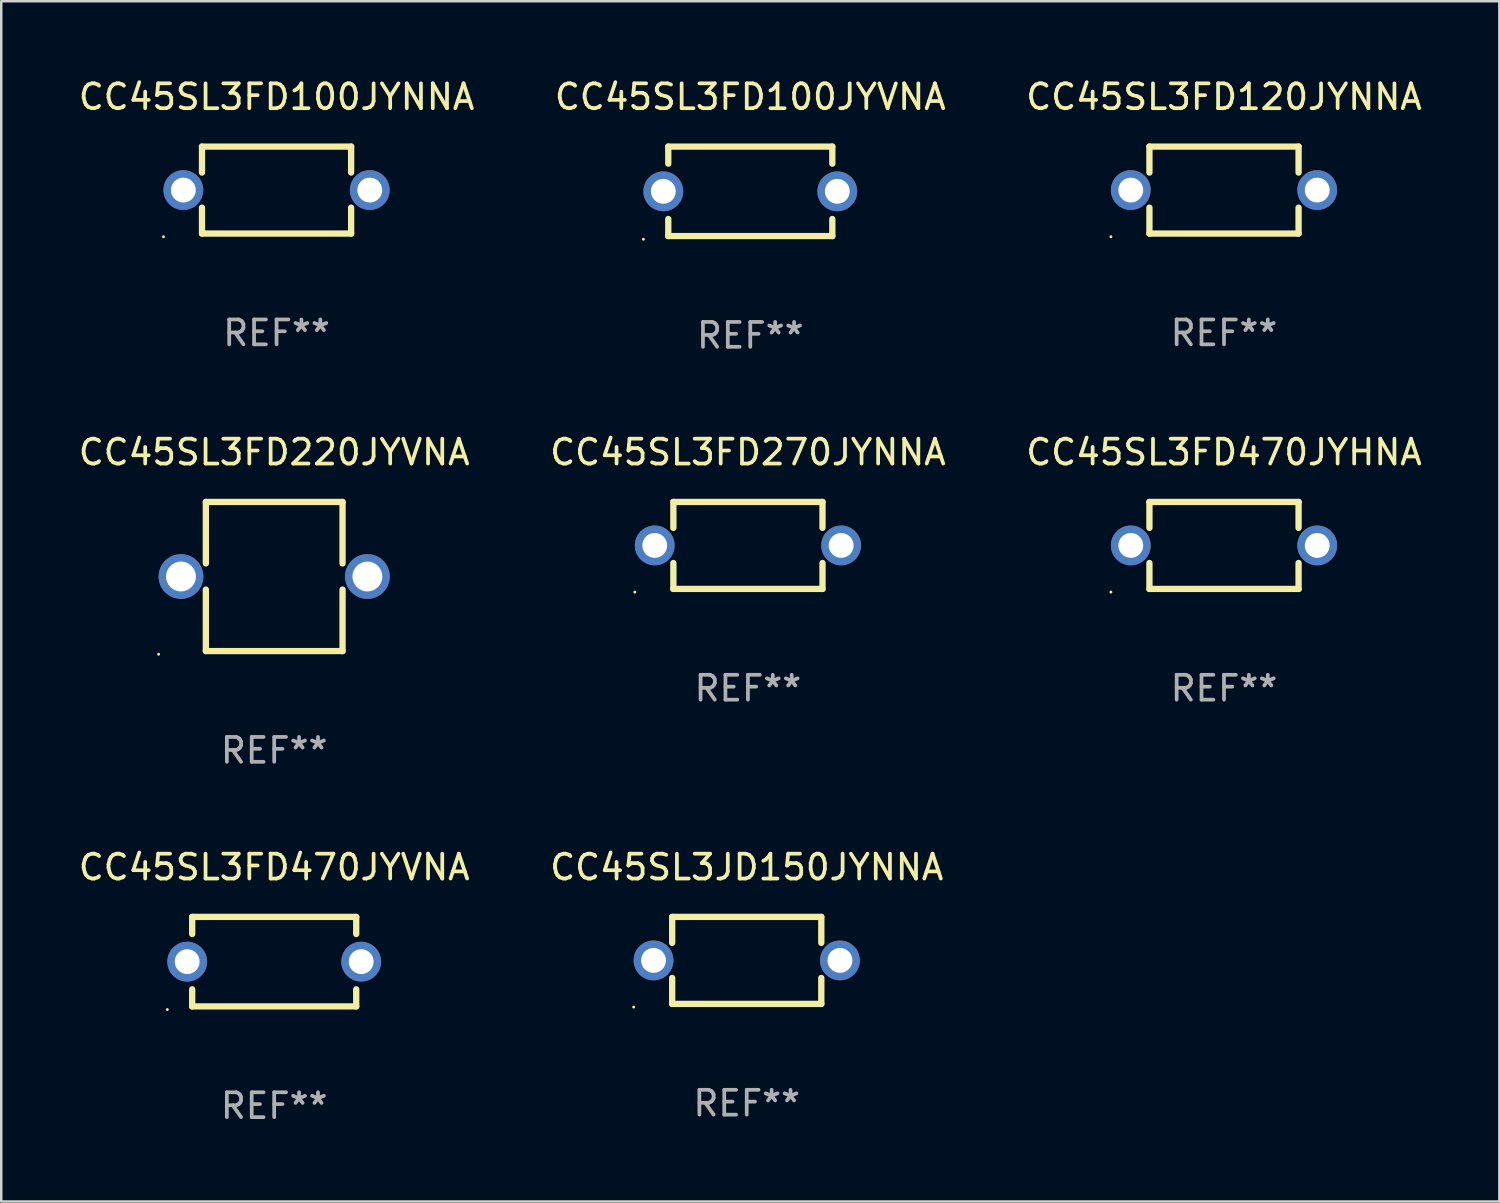
<source format=kicad_pcb>
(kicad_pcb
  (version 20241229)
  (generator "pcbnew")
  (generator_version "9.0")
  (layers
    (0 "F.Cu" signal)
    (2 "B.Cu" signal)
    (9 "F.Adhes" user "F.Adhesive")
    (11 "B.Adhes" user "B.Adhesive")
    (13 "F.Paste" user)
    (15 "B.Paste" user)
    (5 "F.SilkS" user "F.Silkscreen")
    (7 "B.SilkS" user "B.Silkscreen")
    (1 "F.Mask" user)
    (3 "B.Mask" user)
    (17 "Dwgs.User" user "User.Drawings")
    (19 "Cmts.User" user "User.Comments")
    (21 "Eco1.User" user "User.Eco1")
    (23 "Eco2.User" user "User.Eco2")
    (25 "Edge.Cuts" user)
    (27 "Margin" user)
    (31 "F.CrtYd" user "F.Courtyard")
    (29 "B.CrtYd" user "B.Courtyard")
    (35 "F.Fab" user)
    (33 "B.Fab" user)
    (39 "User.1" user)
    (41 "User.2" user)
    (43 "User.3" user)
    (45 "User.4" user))
  (footprint "CC45SL3FD470JYVNA"
    (layer "F.Cu")
    (at 7.982 35.641)
    (property "Reference" "CC45SL3FD470JYVNA" (at 0 -3.8 0) (layer "F.SilkS") (effects (font (size 1 1) (thickness 0.15))))
    (attr through_hole)
    (fp_line (start -3.3 -1.8) (end -3.3 -1.113) (stroke (width 0.254) (type solid)) (layer "F.SilkS"))
    (fp_line (start -3.3 -1.8) (end 3.3 -1.8) (stroke (width 0.254) (type solid)) (layer "F.SilkS"))
    (fp_line (start -3.3 1.113) (end -3.3 1.8) (stroke (width 0.254) (type solid)) (layer "F.SilkS"))
    (fp_line (start 3.3 1.8) (end -3.3 1.8) (stroke (width 0.254) (type solid)) (layer "F.SilkS"))
    (fp_line (start 3.3 -1.8) (end 3.3 -1.113) (stroke (width 0.254) (type solid)) (layer "F.SilkS"))
    (fp_line (start 3.3 1.113) (end 3.3 1.8) (stroke (width 0.254) (type solid)) (layer "F.SilkS"))
    (fp_circle (center -4.3 1.927) (end -4.27 1.927) (stroke (width 0.06) (type solid)) (fill no) (layer "F.SilkS"))
    (fp_text user "REF**" (at 0 5.8 0) (layer "F.Fab") (effects (font (size 1 1) (thickness 0.15))))
    (pad "1" thru_hole circle (at -3.5 0) (size 1.6 1.6) (drill 1) (layers "*.Cu" "*.Mask"))
    (pad "2" thru_hole circle (at 3.5 0) (size 1.6 1.6) (drill 1) (layers "*.Cu" "*.Mask")))
  (footprint "CC45SL3JD150JYNNA"
    (layer "F.Cu")
    (at 26.994 35.591)
    (property "Reference" "CC45SL3JD150JYNNA" (at 0 -3.75 0) (layer "F.SilkS") (effects (font (size 1 1) (thickness 0.15))))
    (attr through_hole)
    (fp_line (start -3 -1.75) (end -3 -0.706) (stroke (width 0.254) (type solid)) (layer "F.SilkS"))
    (fp_line (start -3 -1.75) (end 3 -1.75) (stroke (width 0.254) (type solid)) (layer "F.SilkS"))
    (fp_line (start -3 0.706) (end -3 1.75) (stroke (width 0.254) (type solid)) (layer "F.SilkS"))
    (fp_line (start 3 -1.75) (end 3 -0.706) (stroke (width 0.254) (type solid)) (layer "F.SilkS"))
    (fp_line (start 3 0.706) (end 3 1.75) (stroke (width 0.254) (type solid)) (layer "F.SilkS"))
    (fp_line (start 3 1.75) (end -3 1.75) (stroke (width 0.254) (type solid)) (layer "F.SilkS"))
    (fp_circle (center -4.55 1.877) (end -4.52 1.877) (stroke (width 0.06) (type solid)) (fill no) (layer "F.SilkS"))
    (fp_text user "REF**" (at 0 5.75 0) (layer "F.Fab") (effects (font (size 1 1) (thickness 0.15))))
    (pad "1" thru_hole circle (at -3.75 -0.000025) (size 1.6 1.6) (drill 1) (layers "*.Cu" "*.Mask"))
    (pad "2" thru_hole circle (at 3.75 -0.000025) (size 1.6 1.6) (drill 1) (layers "*.Cu" "*.Mask")))
  (footprint "CC45SL3FD220JYVNA"
    (layer "F.Cu")
    (at 7.982 20.145)
    (property "Reference" "CC45SL3FD220JYVNA" (at 0 -5 0) (layer "F.SilkS") (effects (font (size 1 1) (thickness 0.15))))
    (attr through_hole)
    (fp_line (start -2.75 -3) (end -2.75 -0.526) (stroke (width 0.254) (type solid)) (layer "F.SilkS"))
    (fp_line (start -2.75 -3) (end 2.75 -3) (stroke (width 0.254) (type solid)) (layer "F.SilkS"))
    (fp_line (start -2.75 0.526) (end -2.75 3) (stroke (width 0.254) (type solid)) (layer "F.SilkS"))
    (fp_line (start 2.75 -3) (end 2.75 -0.526) (stroke (width 0.254) (type solid)) (layer "F.SilkS"))
    (fp_line (start 2.75 0.526) (end 2.75 3) (stroke (width 0.254) (type solid)) (layer "F.SilkS"))
    (fp_line (start 2.75 3) (end -2.75 3) (stroke (width 0.254) (type solid)) (layer "F.SilkS"))
    (fp_circle (center -4.65 3.127) (end -4.62 3.127) (stroke (width 0.06) (type solid)) (fill no) (layer "F.SilkS"))
    (fp_text user "REF**" (at 0 7 0) (layer "F.Fab") (effects (font (size 1 1) (thickness 0.15))))
    (pad "1" thru_hole circle (at -3.75 0) (size 1.8 1.8) (drill 1.2) (layers "*.Cu" "*.Mask"))
    (pad "2" thru_hole circle (at 3.75 0) (size 1.8 1.8) (drill 1.2) (layers "*.Cu" "*.Mask")))
  (footprint "CC45SL3FD120JYNNA"
    (layer "F.Cu")
    (at 46.196 4.598)
    (property "Reference" "CC45SL3FD120JYNNA" (at 0 -3.75 0) (layer "F.SilkS") (effects (font (size 1 1) (thickness 0.15))))
    (attr through_hole)
    (fp_line (start -3 -1.75) (end -3 -0.706) (stroke (width 0.254) (type solid)) (layer "F.SilkS"))
    (fp_line (start -3 -1.75) (end 3 -1.75) (stroke (width 0.254) (type solid)) (layer "F.SilkS"))
    (fp_line (start -3 0.706) (end -3 1.75) (stroke (width 0.254) (type solid)) (layer "F.SilkS"))
    (fp_line (start 3 -1.75) (end 3 -0.706) (stroke (width 0.254) (type solid)) (layer "F.SilkS"))
    (fp_line (start 3 0.706) (end 3 1.75) (stroke (width 0.254) (type solid)) (layer "F.SilkS"))
    (fp_line (start 3 1.75) (end -3 1.75) (stroke (width 0.254) (type solid)) (layer "F.SilkS"))
    (fp_circle (center -4.55 1.877) (end -4.52 1.877) (stroke (width 0.06) (type solid)) (fill no) (layer "F.SilkS"))
    (fp_text user "REF**" (at 0 5.75 0) (layer "F.Fab") (effects (font (size 1 1) (thickness 0.15))))
    (pad "1" thru_hole circle (at -3.75 -0.000025) (size 1.6 1.6) (drill 1) (layers "*.Cu" "*.Mask"))
    (pad "2" thru_hole circle (at 3.75 -0.000025) (size 1.6 1.6) (drill 1) (layers "*.Cu" "*.Mask")))
  (footprint "CC45SL3FD470JYHNA"
    (layer "F.Cu")
    (at 46.196 18.895)
    (property "Reference" "CC45SL3FD470JYHNA" (at 0 -3.75 0) (layer "F.SilkS") (effects (font (size 1 1) (thickness 0.15))))
    (attr through_hole)
    (fp_line (start -3 -1.75) (end -3 -0.706) (stroke (width 0.254) (type solid)) (layer "F.SilkS"))
    (fp_line (start -3 -1.75) (end 3 -1.75) (stroke (width 0.254) (type solid)) (layer "F.SilkS"))
    (fp_line (start -3 0.706) (end -3 1.75) (stroke (width 0.254) (type solid)) (layer "F.SilkS"))
    (fp_line (start 3 -1.75) (end 3 -0.706) (stroke (width 0.254) (type solid)) (layer "F.SilkS"))
    (fp_line (start 3 0.706) (end 3 1.75) (stroke (width 0.254) (type solid)) (layer "F.SilkS"))
    (fp_line (start 3 1.75) (end -3 1.75) (stroke (width 0.254) (type solid)) (layer "F.SilkS"))
    (fp_circle (center -4.55 1.877) (end -4.52 1.877) (stroke (width 0.06) (type solid)) (fill no) (layer "F.SilkS"))
    (fp_text user "REF**" (at 0 5.75 0) (layer "F.Fab") (effects (font (size 1 1) (thickness 0.15))))
    (pad "1" thru_hole circle (at -3.75 -0.000025) (size 1.6 1.6) (drill 1) (layers "*.Cu" "*.Mask"))
    (pad "2" thru_hole circle (at 3.75 -0.000025) (size 1.6 1.6) (drill 1) (layers "*.Cu" "*.Mask")))
  (footprint "CC45SL3FD100JYNNA"
    (layer "F.Cu")
    (at 8.077 4.598)
    (property "Reference" "CC45SL3FD100JYNNA" (at 0 -3.75 0) (layer "F.SilkS") (effects (font (size 1 1) (thickness 0.15))))
    (attr through_hole)
    (fp_line (start -3 -1.75) (end -3 -0.706) (stroke (width 0.254) (type solid)) (layer "F.SilkS"))
    (fp_line (start -3 -1.75) (end 3 -1.75) (stroke (width 0.254) (type solid)) (layer "F.SilkS"))
    (fp_line (start -3 0.706) (end -3 1.75) (stroke (width 0.254) (type solid)) (layer "F.SilkS"))
    (fp_line (start 3 -1.75) (end 3 -0.706) (stroke (width 0.254) (type solid)) (layer "F.SilkS"))
    (fp_line (start 3 0.706) (end 3 1.75) (stroke (width 0.254) (type solid)) (layer "F.SilkS"))
    (fp_line (start 3 1.75) (end -3 1.75) (stroke (width 0.254) (type solid)) (layer "F.SilkS"))
    (fp_circle (center -4.55 1.877) (end -4.52 1.877) (stroke (width 0.06) (type solid)) (fill no) (layer "F.SilkS"))
    (fp_text user "REF**" (at 0 5.75 0) (layer "F.Fab") (effects (font (size 1 1) (thickness 0.15))))
    (pad "1" thru_hole circle (at -3.75 -0.000025) (size 1.6 1.6) (drill 1) (layers "*.Cu" "*.Mask"))
    (pad "2" thru_hole circle (at 3.75 -0.000025) (size 1.6 1.6) (drill 1) (layers "*.Cu" "*.Mask")))
  (footprint "CC45SL3FD100JYVNA"
    (layer "F.Cu")
    (at 27.137 4.648)
    (property "Reference" "CC45SL3FD100JYVNA" (at 0 -3.8 0) (layer "F.SilkS") (effects (font (size 1 1) (thickness 0.15))))
    (attr through_hole)
    (fp_line (start -3.3 -1.8) (end -3.3 -1.113) (stroke (width 0.254) (type solid)) (layer "F.SilkS"))
    (fp_line (start -3.3 -1.8) (end 3.3 -1.8) (stroke (width 0.254) (type solid)) (layer "F.SilkS"))
    (fp_line (start -3.3 1.113) (end -3.3 1.8) (stroke (width 0.254) (type solid)) (layer "F.SilkS"))
    (fp_line (start 3.3 1.8) (end -3.3 1.8) (stroke (width 0.254) (type solid)) (layer "F.SilkS"))
    (fp_line (start 3.3 -1.8) (end 3.3 -1.113) (stroke (width 0.254) (type solid)) (layer "F.SilkS"))
    (fp_line (start 3.3 1.113) (end 3.3 1.8) (stroke (width 0.254) (type solid)) (layer "F.SilkS"))
    (fp_circle (center -4.3 1.927) (end -4.27 1.927) (stroke (width 0.06) (type solid)) (fill no) (layer "F.SilkS"))
    (fp_text user "REF**" (at 0 5.8 0) (layer "F.Fab") (effects (font (size 1 1) (thickness 0.15))))
    (pad "1" thru_hole circle (at -3.5 0) (size 1.6 1.6) (drill 1) (layers "*.Cu" "*.Mask"))
    (pad "2" thru_hole circle (at 3.5 0) (size 1.6 1.6) (drill 1) (layers "*.Cu" "*.Mask")))
  (footprint "CC45SL3FD270JYNNA"
    (layer "F.Cu")
    (at 27.042 18.895)
    (property "Reference" "CC45SL3FD270JYNNA" (at 0 -3.75 0) (layer "F.SilkS") (effects (font (size 1 1) (thickness 0.15))))
    (attr through_hole)
    (fp_line (start -3 -1.75) (end -3 -0.706) (stroke (width 0.254) (type solid)) (layer "F.SilkS"))
    (fp_line (start -3 -1.75) (end 3 -1.75) (stroke (width 0.254) (type solid)) (layer "F.SilkS"))
    (fp_line (start -3 0.706) (end -3 1.75) (stroke (width 0.254) (type solid)) (layer "F.SilkS"))
    (fp_line (start 3 -1.75) (end 3 -0.706) (stroke (width 0.254) (type solid)) (layer "F.SilkS"))
    (fp_line (start 3 0.706) (end 3 1.75) (stroke (width 0.254) (type solid)) (layer "F.SilkS"))
    (fp_line (start 3 1.75) (end -3 1.75) (stroke (width 0.254) (type solid)) (layer "F.SilkS"))
    (fp_circle (center -4.55 1.877) (end -4.52 1.877) (stroke (width 0.06) (type solid)) (fill no) (layer "F.SilkS"))
    (fp_text user "REF**" (at 0 5.75 0) (layer "F.Fab") (effects (font (size 1 1) (thickness 0.15))))
    (pad "1" thru_hole circle (at -3.75 -0.000025) (size 1.6 1.6) (drill 1) (layers "*.Cu" "*.Mask"))
    (pad "2" thru_hole circle (at 3.75 -0.000025) (size 1.6 1.6) (drill 1) (layers "*.Cu" "*.Mask")))
  (gr_rect
    (start -3 -3)
    (end 57.274 45.29)
    (stroke (width 0.1) (type default))
    (fill no)
    (layer "Edge.Cuts")))
</source>
